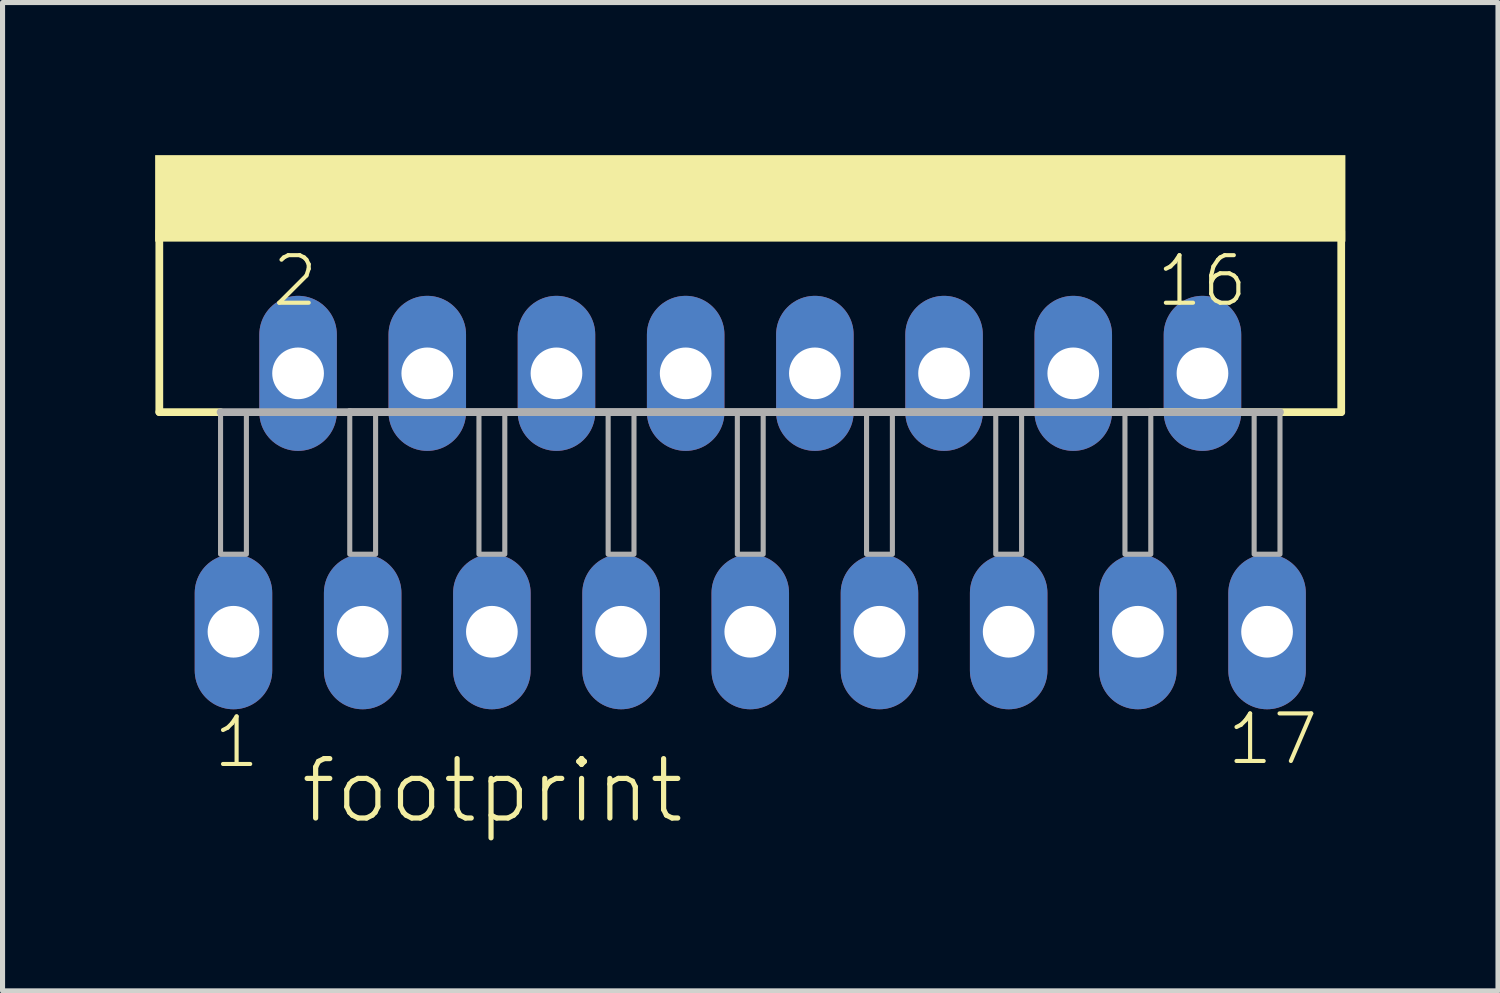
<source format=kicad_pcb>
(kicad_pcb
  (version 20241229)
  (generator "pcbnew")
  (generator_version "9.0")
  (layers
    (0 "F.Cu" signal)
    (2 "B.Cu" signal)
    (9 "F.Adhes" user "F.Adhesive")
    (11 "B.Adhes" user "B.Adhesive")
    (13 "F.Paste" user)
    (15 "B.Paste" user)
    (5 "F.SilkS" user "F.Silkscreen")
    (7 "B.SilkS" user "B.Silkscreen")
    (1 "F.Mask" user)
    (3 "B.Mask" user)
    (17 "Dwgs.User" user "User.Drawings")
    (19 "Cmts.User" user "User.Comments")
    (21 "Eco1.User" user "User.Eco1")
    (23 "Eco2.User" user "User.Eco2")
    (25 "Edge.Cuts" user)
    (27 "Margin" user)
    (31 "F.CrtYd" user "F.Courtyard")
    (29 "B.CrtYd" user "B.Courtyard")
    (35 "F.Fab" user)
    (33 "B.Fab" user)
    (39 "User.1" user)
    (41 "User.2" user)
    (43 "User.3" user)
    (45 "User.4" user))
  (footprint "footprint"
    (layer "F.Cu")
    (at 11.7 1.75)
    (property "Reference" "footprint" (at -8.89 11.43 0) (layer "F.SilkS") (effects (font (size 1.168 1.168) (thickness 0.102)) (justify left bottom)))
    (fp_line (start -11.618 -0.254) (end -11.618 3.302) (stroke (width 0.152) (type solid)) (layer "F.SilkS"))
    (fp_line (start -11.618 3.302) (end -10.414 3.302) (stroke (width 0.152) (type solid)) (layer "F.SilkS"))
    (fp_line (start 7.874 3.302) (end 11.618 3.302) (stroke (width 0.152) (type solid)) (layer "F.SilkS"))
    (fp_line (start 11.618 -0.254) (end 11.618 3.302) (stroke (width 0.152) (type solid)) (layer "F.SilkS"))
    (fp_poly (pts (xy -11.7 -0.05) (xy 11.7 -0.05) (xy 11.7 -1.75) (xy -11.7 -1.75)) (stroke (width 0) (type solid)) (fill yes) (layer "F.SilkS"))
    (fp_line (start -10.414 3.302) (end -7.874 3.302) (stroke (width 0.152) (type solid)) (layer "F.Fab"))
    (fp_line (start -7.874 3.302) (end 7.874 3.302) (stroke (width 0.152) (type solid)) (layer "F.Fab"))
    (fp_line (start -7.874 3.302) (end 10.414 3.302) (stroke (width 0.152) (type solid)) (layer "F.Fab"))
    (fp_poly (pts (xy -10.414 6.096) (xy -9.906 6.096) (xy -9.906 3.302) (xy -10.414 3.302)) (stroke (width 0.1) (type solid)) (fill no) (layer "F.Fab"))
    (fp_poly (pts (xy -7.874 6.096) (xy -7.366 6.096) (xy -7.366 3.302) (xy -7.874 3.302)) (stroke (width 0.1) (type solid)) (fill no) (layer "F.Fab"))
    (fp_poly (pts (xy -5.334 6.096) (xy -4.826 6.096) (xy -4.826 3.302) (xy -5.334 3.302)) (stroke (width 0.1) (type solid)) (fill no) (layer "F.Fab"))
    (fp_poly (pts (xy -2.794 6.096) (xy -2.286 6.096) (xy -2.286 3.302) (xy -2.794 3.302)) (stroke (width 0.1) (type solid)) (fill no) (layer "F.Fab"))
    (fp_poly (pts (xy -0.254 6.096) (xy 0.254 6.096) (xy 0.254 3.302) (xy -0.254 3.302)) (stroke (width 0.1) (type solid)) (fill no) (layer "F.Fab"))
    (fp_poly (pts (xy 2.286 6.096) (xy 2.794 6.096) (xy 2.794 3.302) (xy 2.286 3.302)) (stroke (width 0.1) (type solid)) (fill no) (layer "F.Fab"))
    (fp_poly (pts (xy 4.826 6.096) (xy 5.334 6.096) (xy 5.334 3.302) (xy 4.826 3.302)) (stroke (width 0.1) (type solid)) (fill no) (layer "F.Fab"))
    (fp_poly (pts (xy 7.366 6.096) (xy 7.874 6.096) (xy 7.874 3.302) (xy 7.366 3.302)) (stroke (width 0.1) (type solid)) (fill no) (layer "F.Fab"))
    (fp_poly (pts (xy 9.906 6.096) (xy 10.414 6.096) (xy 10.414 3.302) (xy 9.906 3.302)) (stroke (width 0.1) (type solid)) (fill no) (layer "F.Fab"))
    (fp_text user "1" (at -10.597 10.338 0) (layer "F.SilkS") (effects (font (size 0.935 0.935) (thickness 0.081)) (justify left bottom)))
    (fp_text user "16" (at 7.939 1.27 0) (layer "F.SilkS") (effects (font (size 0.935 0.935) (thickness 0.081)) (justify left bottom)))
    (fp_text user "17" (at 9.328 10.279 0) (layer "F.SilkS") (effects (font (size 0.935 0.935) (thickness 0.081)) (justify left bottom)))
    (fp_text user "2" (at -9.447 1.27 0) (layer "F.SilkS") (effects (font (size 0.935 0.935) (thickness 0.081)) (justify left bottom)))
    (pad "1" thru_hole oval (at -10.16 7.62 90) (size 3.048 1.524) (drill 1.016) (layers "*.Cu" "*.Mask"))
    (pad "2" thru_hole oval (at -8.89 2.54 90) (size 3.048 1.524) (drill 1.016) (layers "*.Cu" "*.Mask"))
    (pad "3" thru_hole oval (at -7.62 7.62 90) (size 3.048 1.524) (drill 1.016) (layers "*.Cu" "*.Mask"))
    (pad "4" thru_hole oval (at -6.35 2.54 90) (size 3.048 1.524) (drill 1.016) (layers "*.Cu" "*.Mask"))
    (pad "5" thru_hole oval (at -5.08 7.62 90) (size 3.048 1.524) (drill 1.016) (layers "*.Cu" "*.Mask"))
    (pad "6" thru_hole oval (at -3.81 2.54 90) (size 3.048 1.524) (drill 1.016) (layers "*.Cu" "*.Mask"))
    (pad "7" thru_hole oval (at -2.54 7.62 90) (size 3.048 1.524) (drill 1.016) (layers "*.Cu" "*.Mask"))
    (pad "8" thru_hole oval (at -1.27 2.54 90) (size 3.048 1.524) (drill 1.016) (layers "*.Cu" "*.Mask"))
    (pad "9" thru_hole oval (at 0 7.62 90) (size 3.048 1.524) (drill 1.016) (layers "*.Cu" "*.Mask"))
    (pad "10" thru_hole oval (at 1.27 2.54 90) (size 3.048 1.524) (drill 1.016) (layers "*.Cu" "*.Mask"))
    (pad "11" thru_hole oval (at 2.54 7.62 90) (size 3.048 1.524) (drill 1.016) (layers "*.Cu" "*.Mask"))
    (pad "12" thru_hole oval (at 3.81 2.54 90) (size 3.048 1.524) (drill 1.016) (layers "*.Cu" "*.Mask"))
    (pad "13" thru_hole oval (at 5.08 7.62 90) (size 3.048 1.524) (drill 1.016) (layers "*.Cu" "*.Mask"))
    (pad "14" thru_hole oval (at 6.35 2.54 90) (size 3.048 1.524) (drill 1.016) (layers "*.Cu" "*.Mask"))
    (pad "15" thru_hole oval (at 7.62 7.62 90) (size 3.048 1.524) (drill 1.016) (layers "*.Cu" "*.Mask"))
    (pad "16" thru_hole oval (at 8.89 2.54 90) (size 3.048 1.524) (drill 1.016) (layers "*.Cu" "*.Mask"))
    (pad "17" thru_hole oval (at 10.16 7.62 90) (size 3.048 1.524) (drill 1.016) (layers "*.Cu" "*.Mask")))
  (gr_rect
    (start -3 -3)
    (end 26.4 16.43)
    (stroke (width 0.1) (type default))
    (fill no)
    (layer "Edge.Cuts")))
</source>
